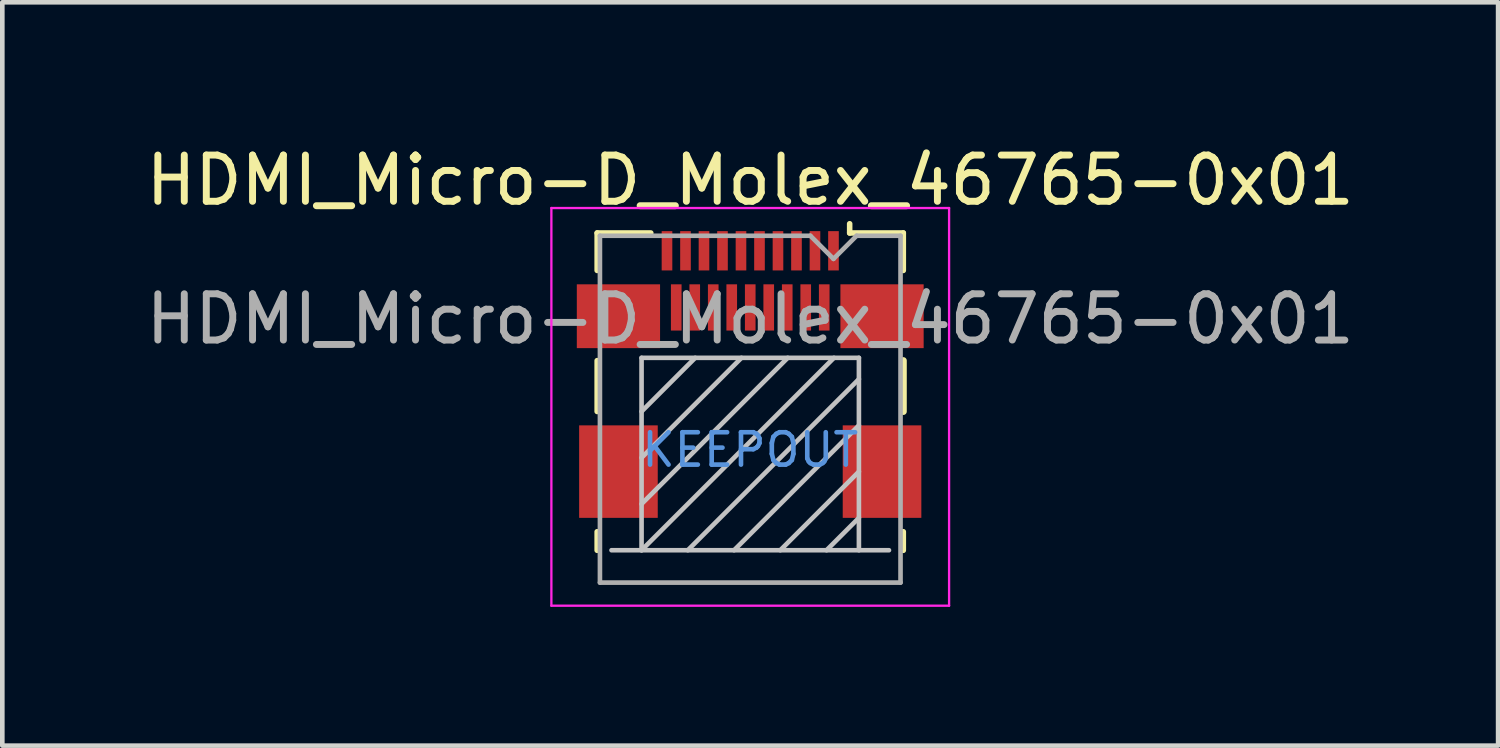
<source format=kicad_pcb>
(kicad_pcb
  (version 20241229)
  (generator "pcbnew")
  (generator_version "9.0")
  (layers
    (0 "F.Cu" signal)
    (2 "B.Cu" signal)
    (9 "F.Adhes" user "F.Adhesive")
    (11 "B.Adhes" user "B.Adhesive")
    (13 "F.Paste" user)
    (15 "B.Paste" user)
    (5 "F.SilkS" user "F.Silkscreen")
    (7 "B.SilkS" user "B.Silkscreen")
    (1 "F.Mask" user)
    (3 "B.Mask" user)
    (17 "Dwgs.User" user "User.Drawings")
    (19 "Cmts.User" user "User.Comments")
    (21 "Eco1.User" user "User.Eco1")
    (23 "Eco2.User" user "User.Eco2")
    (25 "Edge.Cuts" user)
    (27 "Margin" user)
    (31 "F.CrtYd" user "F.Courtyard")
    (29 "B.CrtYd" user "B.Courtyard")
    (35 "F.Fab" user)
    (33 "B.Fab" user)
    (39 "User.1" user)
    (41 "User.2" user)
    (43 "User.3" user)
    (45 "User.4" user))
  (footprint "HDMI_Micro-D_Molex_46765-0x01"
    (layer "F.Cu")
    (at 13.173 7.148)
    (property "Reference" "HDMI_Micro-D_Molex_46765-0x01" (at 0 -6.3 0) (layer "F.SilkS") (effects (font (size 1 1) (thickness 0.15))))
    (attr smd)
    (fp_line (start -3.31 -5.16) (end -2.15 -5.16) (stroke (width 0.12) (type solid)) (layer "F.SilkS"))
    (fp_line (start -3.31 -4.35) (end -3.31 -5.16) (stroke (width 0.12) (type solid)) (layer "F.SilkS"))
    (fp_line (start -3.31 -1.3) (end -3.31 -2.4) (stroke (width 0.12) (type solid)) (layer "F.SilkS"))
    (fp_line (start -3.31 1.702) (end -3.31 1.3) (stroke (width 0.12) (type solid)) (layer "F.SilkS"))
    (fp_line (start 2.15 -5.16) (end 2.15 -5.36) (stroke (width 0.12) (type solid)) (layer "F.SilkS"))
    (fp_line (start 2.15 -5.16) (end 3.31 -5.16) (stroke (width 0.12) (type solid)) (layer "F.SilkS"))
    (fp_line (start 3.31 -5.16) (end 3.31 -4.35) (stroke (width 0.12) (type solid)) (layer "F.SilkS"))
    (fp_line (start 3.31 -2.4) (end 3.31 -1.3) (stroke (width 0.15) (type solid)) (layer "F.SilkS"))
    (fp_line (start 3.31 1.3) (end 3.31 1.702) (stroke (width 0.12) (type solid)) (layer "F.SilkS"))
    (fp_line (start -3 1.7) (end 3 1.7) (stroke (width 0.1) (type solid)) (layer "Dwgs.User"))
    (fp_line (start -2.35 -2.46) (end 2.35 -2.46) (stroke (width 0.1) (type solid)) (layer "Dwgs.User"))
    (fp_line (start -2.35 -1.3) (end -1.19 -2.46) (stroke (width 0.1) (type solid)) (layer "Dwgs.User"))
    (fp_line (start -2.35 -0.3) (end -0.19 -2.46) (stroke (width 0.1) (type solid)) (layer "Dwgs.User"))
    (fp_line (start -2.35 0.7) (end 0.81 -2.46) (stroke (width 0.1) (type solid)) (layer "Dwgs.User"))
    (fp_line (start -2.35 1.7) (end -2.35 -2.46) (stroke (width 0.1) (type solid)) (layer "Dwgs.User"))
    (fp_line (start -2.35 1.7) (end 1.81 -2.46) (stroke (width 0.1) (type solid)) (layer "Dwgs.User"))
    (fp_line (start -1.35 1.7) (end 2.35 -2) (stroke (width 0.1) (type solid)) (layer "Dwgs.User"))
    (fp_line (start -0.35 1.7) (end 2.35 -1) (stroke (width 0.1) (type solid)) (layer "Dwgs.User"))
    (fp_line (start 0.65 1.7) (end 2.35 0) (stroke (width 0.1) (type solid)) (layer "Dwgs.User"))
    (fp_line (start 1.65 1.7) (end 2.35 1) (stroke (width 0.1) (type solid)) (layer "Dwgs.User"))
    (fp_line (start 2.35 -2.46) (end 2.35 1.7) (stroke (width 0.1) (type solid)) (layer "Dwgs.User"))
    (fp_line (start -4.3 -5.7) (end -4.3 2.9) (stroke (width 0.05) (type solid)) (layer "F.CrtYd"))
    (fp_line (start -4.3 2.9) (end 4.3 2.9) (stroke (width 0.05) (type solid)) (layer "F.CrtYd"))
    (fp_line (start 4.3 -5.7) (end -4.3 -5.7) (stroke (width 0.05) (type solid)) (layer "F.CrtYd"))
    (fp_line (start 4.3 2.9) (end 4.3 -5.7) (stroke (width 0.05) (type solid)) (layer "F.CrtYd"))
    (fp_line (start -3.25 -5.1) (end 1.3 -5.1) (stroke (width 0.1) (type solid)) (layer "F.Fab"))
    (fp_line (start -3.25 2.4) (end -3.25 -5.1) (stroke (width 0.1) (type solid)) (layer "F.Fab"))
    (fp_line (start 1.8 -4.6) (end 1.3 -5.1) (stroke (width 0.1) (type solid)) (layer "F.Fab"))
    (fp_line (start 1.8 -4.6) (end 2.3 -5.1) (stroke (width 0.1) (type solid)) (layer "F.Fab"))
    (fp_line (start 2.3 -5.1) (end 3.25 -5.1) (stroke (width 0.1) (type solid)) (layer "F.Fab"))
    (fp_line (start 3.25 -5.1) (end 3.25 2.4) (stroke (width 0.1) (type solid)) (layer "F.Fab"))
    (fp_line (start 3.25 2.4) (end -3.25 2.4) (stroke (width 0.1) (type solid)) (layer "F.Fab"))
    (fp_text user "KEEPOUT" (at 0 -0.47 0) (layer "Cmts.User") (effects (font (size 0.7 0.7) (thickness 0.1))))
    (fp_text user "${REFERENCE}" (at 0 -3.3 0) (layer "F.Fab") (effects (font (size 1 1) (thickness 0.15))))
    (pad "1" smd rect (at 1.8 -4.775) (size 0.23 0.85) (layers "F.Cu" "F.Mask" "F.Paste"))
    (pad "2" smd rect (at 1.6 -3.55) (size 0.23 1) (layers "F.Cu" "F.Mask" "F.Paste"))
    (pad "3" smd rect (at 1.4 -4.775) (size 0.23 0.85) (layers "F.Cu" "F.Mask" "F.Paste"))
    (pad "4" smd rect (at 1.2 -3.55) (size 0.23 1) (layers "F.Cu" "F.Mask" "F.Paste"))
    (pad "5" smd rect (at 1 -4.775) (size 0.23 0.85) (layers "F.Cu" "F.Mask" "F.Paste"))
    (pad "6" smd rect (at 0.8 -3.55) (size 0.23 1) (layers "F.Cu" "F.Mask" "F.Paste"))
    (pad "7" smd rect (at 0.6 -4.775) (size 0.23 0.85) (layers "F.Cu" "F.Mask" "F.Paste"))
    (pad "8" smd rect (at 0.4 -3.55) (size 0.23 1) (layers "F.Cu" "F.Mask" "F.Paste"))
    (pad "9" smd rect (at 0.2 -4.775) (size 0.23 0.85) (layers "F.Cu" "F.Mask" "F.Paste"))
    (pad "10" smd rect (at 0 -3.55) (size 0.23 1) (layers "F.Cu" "F.Mask" "F.Paste"))
    (pad "11" smd rect (at -0.2 -4.775) (size 0.23 0.85) (layers "F.Cu" "F.Mask" "F.Paste"))
    (pad "12" smd rect (at -0.4 -3.55) (size 0.23 1) (layers "F.Cu" "F.Mask" "F.Paste"))
    (pad "13" smd rect (at -0.6 -4.775) (size 0.23 0.85) (layers "F.Cu" "F.Mask" "F.Paste"))
    (pad "14" smd rect (at -0.8 -3.55) (size 0.23 1) (layers "F.Cu" "F.Mask" "F.Paste"))
    (pad "15" smd rect (at -1 -4.775) (size 0.23 0.85) (layers "F.Cu" "F.Mask" "F.Paste"))
    (pad "16" smd rect (at -1.2 -3.55) (size 0.23 1) (layers "F.Cu" "F.Mask" "F.Paste"))
    (pad "17" smd rect (at -1.4 -4.775) (size 0.23 0.85) (layers "F.Cu" "F.Mask" "F.Paste"))
    (pad "18" smd rect (at -1.6 -3.55) (size 0.23 1) (layers "F.Cu" "F.Mask" "F.Paste"))
    (pad "19" smd rect (at -1.8 -4.775) (size 0.23 0.85) (layers "F.Cu" "F.Mask" "F.Paste"))
    (pad "SH" smd rect (at -2.85 -3.36) (size 1.8 1.38) (layers "F.Cu" "F.Mask" "F.Paste"))
    (pad "SH" smd rect (at -2.85 0) (size 1.7 2) (layers "F.Cu" "F.Mask" "F.Paste"))
    (pad "SH" smd rect (at 2.85 -3.36) (size 1.8 1.38) (layers "F.Cu" "F.Mask" "F.Paste"))
    (pad "SH" smd rect (at 2.85 0) (size 1.7 2) (layers "F.Cu" "F.Mask" "F.Paste")))
  (gr_rect
    (start -3 -3)
    (end 29.345 13.073)
    (stroke (width 0.1) (type default))
    (fill no)
    (layer "Edge.Cuts")))
</source>
